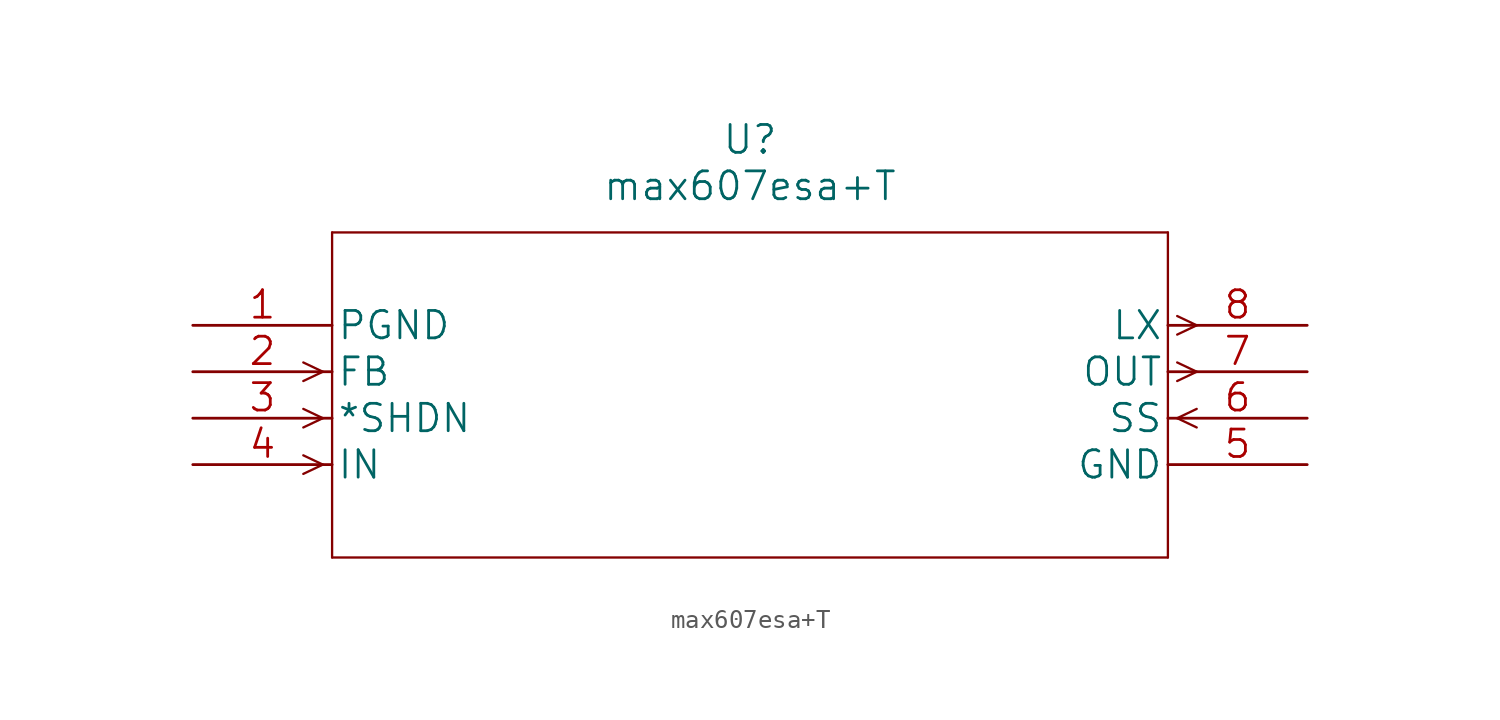
<source format=kicad_sym>
(kicad_symbol_lib
  (version 20241209)
  (generator "kicad_symbol_editor")
  (generator_version "9.0")
  (symbol "max607esa+T"
    (pin_names
      (offset 0.254))
    (property "Reference" "U"
      (at 30.48 10.16 0)
      (effects (font (size 1.524 1.524))))
    (property "Value" "max607esa+T"
      (at 30.48 7.62 0)
      (effects (font (size 1.524 1.524))))
    (property "Datasheet" ""
      (at 0 0 0)
      (effects (font (size 1.524 1.524))))
    (property "ki_locked" ""
      (at 0 0 0)
      (effects (font (size 1.27 1.27))))
    (symbol "max607esa+T_1_1"
      (polyline (pts (xy 7.112 -2.54) (xy 6.045 -2.032)) (stroke (width 0.127) (type solid)) (fill (type none)))
      (polyline (pts (xy 7.112 -2.54) (xy 6.045 -3.048)) (stroke (width 0.127) (type solid)) (fill (type none)))
      (polyline (pts (xy 7.112 -5.08) (xy 6.045 -4.572)) (stroke (width 0.127) (type solid)) (fill (type none)))
      (polyline (pts (xy 7.112 -5.08) (xy 6.045 -5.588)) (stroke (width 0.127) (type solid)) (fill (type none)))
      (polyline (pts (xy 7.112 -7.62) (xy 6.045 -7.112)) (stroke (width 0.127) (type solid)) (fill (type none)))
      (polyline (pts (xy 7.112 -7.62) (xy 6.045 -8.128)) (stroke (width 0.127) (type solid)) (fill (type none)))
      (polyline (pts (xy 7.62 5.08) (xy 7.62 -12.7)) (stroke (width 0.127) (type solid)) (fill (type none)))
      (polyline (pts (xy 7.62 -12.7) (xy 53.34 -12.7)) (stroke (width 0.127) (type solid)) (fill (type none)))
      (polyline (pts (xy 53.34 5.08) (xy 7.62 5.08)) (stroke (width 0.127) (type solid)) (fill (type none)))
      (polyline (pts (xy 53.34 -12.7) (xy 53.34 5.08)) (stroke (width 0.127) (type solid)) (fill (type none)))
      (polyline (pts (xy 53.848 0.508) (xy 54.915 0)) (stroke (width 0.127) (type solid)) (fill (type none)))
      (polyline (pts (xy 53.848 -0.508) (xy 54.915 0)) (stroke (width 0.127) (type solid)) (fill (type none)))
      (polyline (pts (xy 53.848 -2.032) (xy 54.915 -2.54)) (stroke (width 0.127) (type solid)) (fill (type none)))
      (polyline (pts (xy 53.848 -3.048) (xy 54.915 -2.54)) (stroke (width 0.127) (type solid)) (fill (type none)))
      (polyline (pts (xy 53.848 -5.08) (xy 54.915 -4.572)) (stroke (width 0.127) (type solid)) (fill (type none)))
      (polyline (pts (xy 53.848 -5.08) (xy 54.915 -5.588)) (stroke (width 0.127) (type solid)) (fill (type none)))
      (pin power_in line (at 0 0 0) (length 7.62) (name "PGND" (effects (font (size 1.499 1.499)))) (number "1" (effects (font (size 1.499 1.499)))))
      (pin input line (at 0 -2.54 0) (length 7.62) (name "FB" (effects (font (size 1.499 1.499)))) (number "2" (effects (font (size 1.499 1.499)))))
      (pin input line (at 0 -5.08 0) (length 7.62) (name "*SHDN" (effects (font (size 1.499 1.499)))) (number "3" (effects (font (size 1.499 1.499)))))
      (pin input line (at 0 -7.62 0) (length 7.62) (name "IN" (effects (font (size 1.499 1.499)))) (number "4" (effects (font (size 1.499 1.499)))))
      (pin output line (at 60.96 0 180) (length 7.62) (name "LX" (effects (font (size 1.499 1.499)))) (number "8" (effects (font (size 1.499 1.499)))))
      (pin output line (at 60.96 -2.54 180) (length 7.62) (name "OUT" (effects (font (size 1.499 1.499)))) (number "7" (effects (font (size 1.499 1.499)))))
      (pin input line (at 60.96 -5.08 180) (length 7.62) (name "SS" (effects (font (size 1.499 1.499)))) (number "6" (effects (font (size 1.499 1.499)))))
      (pin power_in line (at 60.96 -7.62 180) (length 7.62) (name "GND" (effects (font (size 1.499 1.499)))) (number "5" (effects (font (size 1.499 1.499))))))))
</source>
